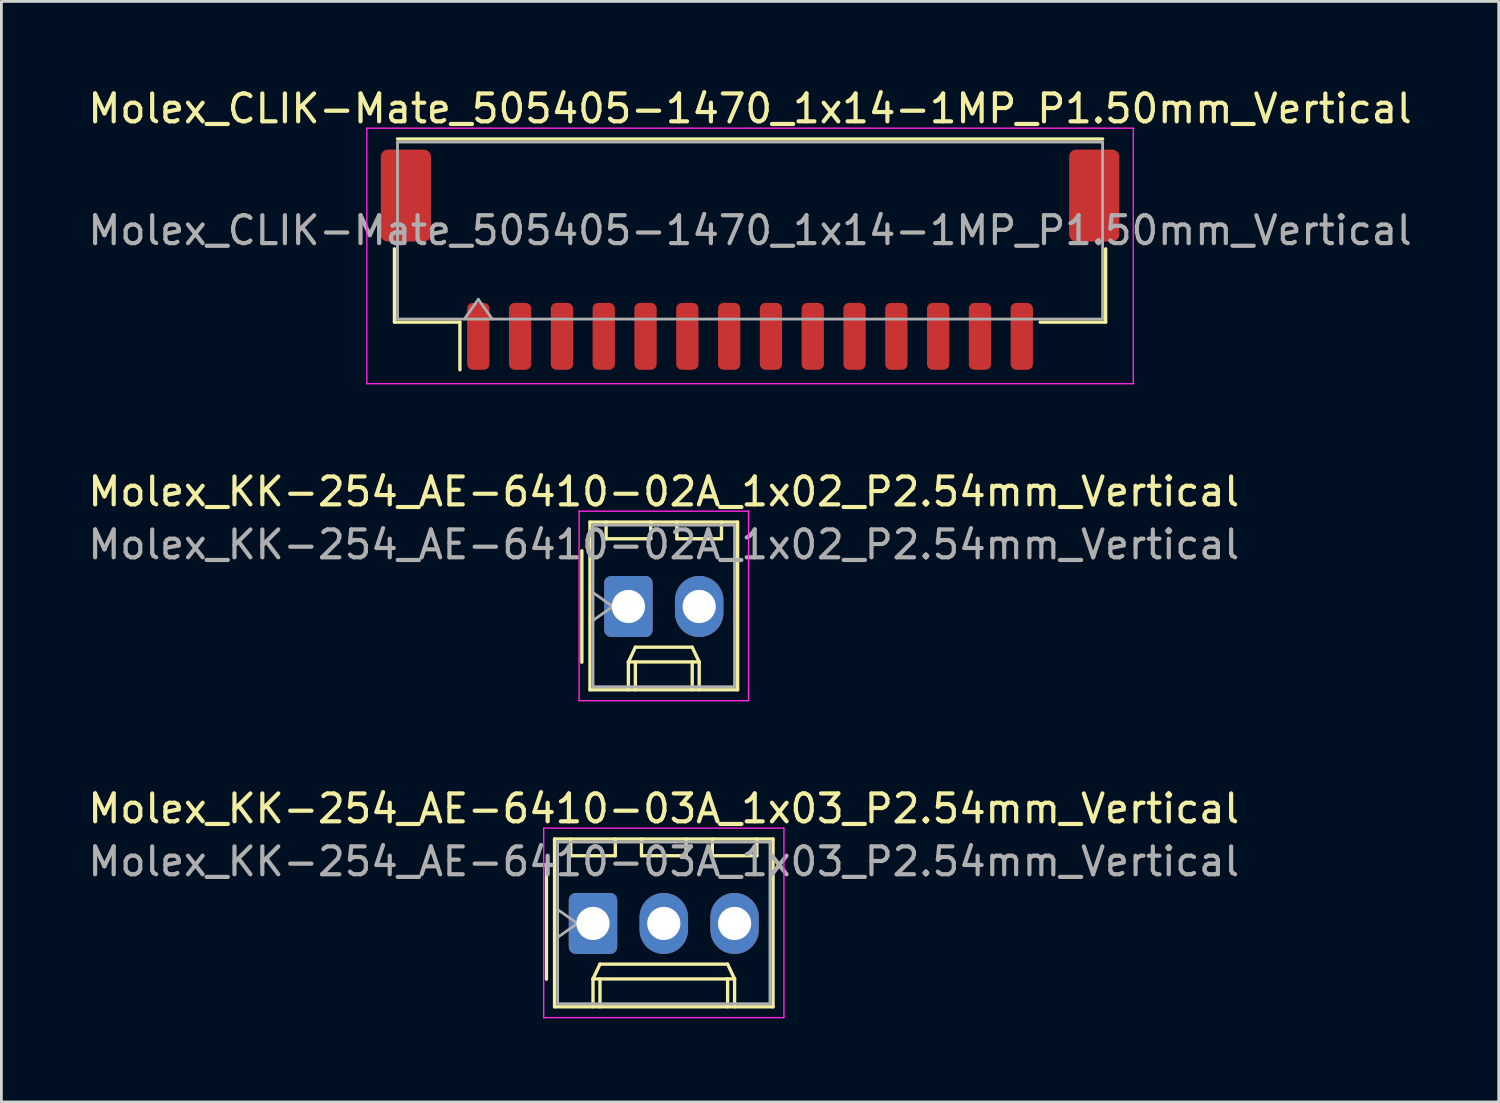
<source format=kicad_pcb>
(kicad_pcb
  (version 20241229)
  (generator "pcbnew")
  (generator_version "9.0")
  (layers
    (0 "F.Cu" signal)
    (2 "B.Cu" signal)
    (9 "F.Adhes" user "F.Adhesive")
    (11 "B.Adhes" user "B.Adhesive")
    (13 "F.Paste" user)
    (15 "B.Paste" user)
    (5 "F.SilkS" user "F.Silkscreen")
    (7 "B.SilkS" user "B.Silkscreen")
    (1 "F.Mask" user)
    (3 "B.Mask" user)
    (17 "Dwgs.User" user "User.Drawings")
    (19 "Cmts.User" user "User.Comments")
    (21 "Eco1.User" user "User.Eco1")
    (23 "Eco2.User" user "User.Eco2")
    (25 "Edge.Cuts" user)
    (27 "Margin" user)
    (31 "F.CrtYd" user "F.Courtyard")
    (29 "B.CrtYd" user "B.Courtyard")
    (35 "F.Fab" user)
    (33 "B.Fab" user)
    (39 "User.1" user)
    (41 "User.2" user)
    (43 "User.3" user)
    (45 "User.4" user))
  (footprint "Molex_KK-254_AE-6410-03A_1x03_P2.54mm_Vertical"
    (layer "F.Cu")
    (at 18.228 30.085)
    (property "Reference" "Molex_KK-254_AE-6410-03A_1x03_P2.54mm_Vertical" (at 2.54 -4.12 0) (layer "F.SilkS") (effects (font (size 1 1) (thickness 0.15))))
    (attr through_hole)
    (fp_line (start -1.67 -2) (end -1.67 2) (stroke (width 0.12) (type solid)) (layer "F.SilkS"))
    (fp_line (start -1.38 -3.03) (end -1.38 2.99) (stroke (width 0.12) (type solid)) (layer "F.SilkS"))
    (fp_line (start -1.38 2.99) (end 6.46 2.99) (stroke (width 0.12) (type solid)) (layer "F.SilkS"))
    (fp_line (start -0.8 -3.03) (end -0.8 -2.43) (stroke (width 0.12) (type solid)) (layer "F.SilkS"))
    (fp_line (start -0.8 -2.43) (end 0.8 -2.43) (stroke (width 0.12) (type solid)) (layer "F.SilkS"))
    (fp_line (start 0 1.99) (end 0.25 1.46) (stroke (width 0.12) (type solid)) (layer "F.SilkS"))
    (fp_line (start 0 1.99) (end 5.08 1.99) (stroke (width 0.12) (type solid)) (layer "F.SilkS"))
    (fp_line (start 0 2.99) (end 0 1.99) (stroke (width 0.12) (type solid)) (layer "F.SilkS"))
    (fp_line (start 0.25 1.46) (end 4.83 1.46) (stroke (width 0.12) (type solid)) (layer "F.SilkS"))
    (fp_line (start 0.25 2.99) (end 0.25 1.99) (stroke (width 0.12) (type solid)) (layer "F.SilkS"))
    (fp_line (start 0.8 -2.43) (end 0.8 -3.03) (stroke (width 0.12) (type solid)) (layer "F.SilkS"))
    (fp_line (start 1.74 -3.03) (end 1.74 -2.43) (stroke (width 0.12) (type solid)) (layer "F.SilkS"))
    (fp_line (start 1.74 -2.43) (end 3.34 -2.43) (stroke (width 0.12) (type solid)) (layer "F.SilkS"))
    (fp_line (start 3.34 -2.43) (end 3.34 -3.03) (stroke (width 0.12) (type solid)) (layer "F.SilkS"))
    (fp_line (start 4.28 -3.03) (end 4.28 -2.43) (stroke (width 0.12) (type solid)) (layer "F.SilkS"))
    (fp_line (start 4.28 -2.43) (end 5.88 -2.43) (stroke (width 0.12) (type solid)) (layer "F.SilkS"))
    (fp_line (start 4.83 1.46) (end 5.08 1.99) (stroke (width 0.12) (type solid)) (layer "F.SilkS"))
    (fp_line (start 4.83 2.99) (end 4.83 1.99) (stroke (width 0.12) (type solid)) (layer "F.SilkS"))
    (fp_line (start 5.08 1.99) (end 5.08 2.99) (stroke (width 0.12) (type solid)) (layer "F.SilkS"))
    (fp_line (start 5.88 -2.43) (end 5.88 -3.03) (stroke (width 0.12) (type solid)) (layer "F.SilkS"))
    (fp_line (start 6.46 -3.03) (end -1.38 -3.03) (stroke (width 0.12) (type solid)) (layer "F.SilkS"))
    (fp_line (start 6.46 2.99) (end 6.46 -3.03) (stroke (width 0.12) (type solid)) (layer "F.SilkS"))
    (fp_line (start -1.77 -3.42) (end -1.77 3.38) (stroke (width 0.05) (type solid)) (layer "F.CrtYd"))
    (fp_line (start -1.77 3.38) (end 6.85 3.38) (stroke (width 0.05) (type solid)) (layer "F.CrtYd"))
    (fp_line (start 6.85 -3.42) (end -1.77 -3.42) (stroke (width 0.05) (type solid)) (layer "F.CrtYd"))
    (fp_line (start 6.85 3.38) (end 6.85 -3.42) (stroke (width 0.05) (type solid)) (layer "F.CrtYd"))
    (fp_line (start -1.27 -2.92) (end -1.27 2.88) (stroke (width 0.1) (type solid)) (layer "F.Fab"))
    (fp_line (start -1.27 -0.5) (end -0.563 0) (stroke (width 0.1) (type solid)) (layer "F.Fab"))
    (fp_line (start -1.27 2.88) (end 6.35 2.88) (stroke (width 0.1) (type solid)) (layer "F.Fab"))
    (fp_line (start -0.563 0) (end -1.27 0.5) (stroke (width 0.1) (type solid)) (layer "F.Fab"))
    (fp_line (start 6.35 -2.92) (end -1.27 -2.92) (stroke (width 0.1) (type solid)) (layer "F.Fab"))
    (fp_line (start 6.35 2.88) (end 6.35 -2.92) (stroke (width 0.1) (type solid)) (layer "F.Fab"))
    (fp_text user "${REFERENCE}" (at 2.54 -2.22 0) (layer "F.Fab") (effects (font (size 1 1) (thickness 0.15))))
    (pad "1" thru_hole roundrect (at 0 0) (size 1.74 2.19) (drill 1.19) (layers "*.Cu" "*.Mask") (roundrect_rratio 0.144))
    (pad "2" thru_hole oval (at 2.54 0) (size 1.74 2.19) (drill 1.19) (layers "*.Cu" "*.Mask"))
    (pad "3" thru_hole oval (at 5.08 0) (size 1.74 2.19) (drill 1.19) (layers "*.Cu" "*.Mask")))
  (footprint "Molex_KK-254_AE-6410-02A_1x02_P2.54mm_Vertical"
    (layer "F.Cu")
    (at 19.498 18.712)
    (property "Reference" "Molex_KK-254_AE-6410-02A_1x02_P2.54mm_Vertical" (at 1.27 -4.12 0) (layer "F.SilkS") (effects (font (size 1 1) (thickness 0.15))))
    (attr through_hole)
    (fp_line (start -1.67 -2) (end -1.67 2) (stroke (width 0.12) (type solid)) (layer "F.SilkS"))
    (fp_line (start -1.38 -3.03) (end -1.38 2.99) (stroke (width 0.12) (type solid)) (layer "F.SilkS"))
    (fp_line (start -1.38 2.99) (end 3.92 2.99) (stroke (width 0.12) (type solid)) (layer "F.SilkS"))
    (fp_line (start -0.8 -3.03) (end -0.8 -2.43) (stroke (width 0.12) (type solid)) (layer "F.SilkS"))
    (fp_line (start -0.8 -2.43) (end 0.8 -2.43) (stroke (width 0.12) (type solid)) (layer "F.SilkS"))
    (fp_line (start 0 1.99) (end 0.25 1.46) (stroke (width 0.12) (type solid)) (layer "F.SilkS"))
    (fp_line (start 0 1.99) (end 2.54 1.99) (stroke (width 0.12) (type solid)) (layer "F.SilkS"))
    (fp_line (start 0 2.99) (end 0 1.99) (stroke (width 0.12) (type solid)) (layer "F.SilkS"))
    (fp_line (start 0.25 1.46) (end 2.29 1.46) (stroke (width 0.12) (type solid)) (layer "F.SilkS"))
    (fp_line (start 0.25 2.99) (end 0.25 1.99) (stroke (width 0.12) (type solid)) (layer "F.SilkS"))
    (fp_line (start 0.8 -2.43) (end 0.8 -3.03) (stroke (width 0.12) (type solid)) (layer "F.SilkS"))
    (fp_line (start 1.74 -3.03) (end 1.74 -2.43) (stroke (width 0.12) (type solid)) (layer "F.SilkS"))
    (fp_line (start 1.74 -2.43) (end 3.34 -2.43) (stroke (width 0.12) (type solid)) (layer "F.SilkS"))
    (fp_line (start 2.29 1.46) (end 2.54 1.99) (stroke (width 0.12) (type solid)) (layer "F.SilkS"))
    (fp_line (start 2.29 2.99) (end 2.29 1.99) (stroke (width 0.12) (type solid)) (layer "F.SilkS"))
    (fp_line (start 2.54 1.99) (end 2.54 2.99) (stroke (width 0.12) (type solid)) (layer "F.SilkS"))
    (fp_line (start 3.34 -2.43) (end 3.34 -3.03) (stroke (width 0.12) (type solid)) (layer "F.SilkS"))
    (fp_line (start 3.92 -3.03) (end -1.38 -3.03) (stroke (width 0.12) (type solid)) (layer "F.SilkS"))
    (fp_line (start 3.92 2.99) (end 3.92 -3.03) (stroke (width 0.12) (type solid)) (layer "F.SilkS"))
    (fp_line (start -1.77 -3.42) (end -1.77 3.38) (stroke (width 0.05) (type solid)) (layer "F.CrtYd"))
    (fp_line (start -1.77 3.38) (end 4.31 3.38) (stroke (width 0.05) (type solid)) (layer "F.CrtYd"))
    (fp_line (start 4.31 -3.42) (end -1.77 -3.42) (stroke (width 0.05) (type solid)) (layer "F.CrtYd"))
    (fp_line (start 4.31 3.38) (end 4.31 -3.42) (stroke (width 0.05) (type solid)) (layer "F.CrtYd"))
    (fp_line (start -1.27 -2.92) (end -1.27 2.88) (stroke (width 0.1) (type solid)) (layer "F.Fab"))
    (fp_line (start -1.27 -0.5) (end -0.563 0) (stroke (width 0.1) (type solid)) (layer "F.Fab"))
    (fp_line (start -1.27 2.88) (end 3.81 2.88) (stroke (width 0.1) (type solid)) (layer "F.Fab"))
    (fp_line (start -0.563 0) (end -1.27 0.5) (stroke (width 0.1) (type solid)) (layer "F.Fab"))
    (fp_line (start 3.81 -2.92) (end -1.27 -2.92) (stroke (width 0.1) (type solid)) (layer "F.Fab"))
    (fp_line (start 3.81 2.88) (end 3.81 -2.92) (stroke (width 0.1) (type solid)) (layer "F.Fab"))
    (fp_text user "${REFERENCE}" (at 1.27 -2.22 0) (layer "F.Fab") (effects (font (size 1 1) (thickness 0.15))))
    (pad "1" thru_hole roundrect (at 0 0) (size 1.74 2.19) (drill 1.19) (layers "*.Cu" "*.Mask") (roundrect_rratio 0.144))
    (pad "2" thru_hole oval (at 2.54 0) (size 1.74 2.19) (drill 1.19) (layers "*.Cu" "*.Mask")))
  (footprint "Molex_CLIK-Mate_505405-1470_1x14-1MP_P1.50mm_Vertical"
    (layer "F.Cu")
    (at 23.863 6.268)
    (property "Reference" "Molex_CLIK-Mate_505405-1470_1x14-1MP_P1.50mm_Vertical" (at 0 -5.42 0) (layer "F.SilkS") (effects (font (size 1 1) (thickness 0.15))))
    (attr smd)
    (fp_line (start -12.76 -0.39) (end -12.76 2.24) (stroke (width 0.12) (type solid)) (layer "F.SilkS"))
    (fp_line (start -12.76 2.24) (end -10.41 2.24) (stroke (width 0.12) (type solid)) (layer "F.SilkS"))
    (fp_line (start -12.65 -4.33) (end 12.65 -4.33) (stroke (width 0.12) (type solid)) (layer "F.SilkS"))
    (fp_line (start -10.41 2.24) (end -10.41 3.95) (stroke (width 0.12) (type solid)) (layer "F.SilkS"))
    (fp_line (start 12.76 -0.39) (end 12.76 2.24) (stroke (width 0.12) (type solid)) (layer "F.SilkS"))
    (fp_line (start 12.76 2.24) (end 10.41 2.24) (stroke (width 0.12) (type solid)) (layer "F.SilkS"))
    (fp_line (start -13.75 -4.72) (end -13.75 4.45) (stroke (width 0.05) (type solid)) (layer "F.CrtYd"))
    (fp_line (start -13.75 4.45) (end 13.75 4.45) (stroke (width 0.05) (type solid)) (layer "F.CrtYd"))
    (fp_line (start 13.75 -4.72) (end -13.75 -4.72) (stroke (width 0.05) (type solid)) (layer "F.CrtYd"))
    (fp_line (start 13.75 4.45) (end 13.75 -4.72) (stroke (width 0.05) (type solid)) (layer "F.CrtYd"))
    (fp_line (start -12.65 -4.22) (end 12.65 -4.22) (stroke (width 0.1) (type solid)) (layer "F.Fab"))
    (fp_line (start -12.65 2.13) (end -12.65 -4.22) (stroke (width 0.1) (type solid)) (layer "F.Fab"))
    (fp_line (start -12.65 2.13) (end 12.65 2.13) (stroke (width 0.1) (type solid)) (layer "F.Fab"))
    (fp_line (start -10.25 2.13) (end -9.75 1.423) (stroke (width 0.1) (type solid)) (layer "F.Fab"))
    (fp_line (start -9.75 1.423) (end -9.25 2.13) (stroke (width 0.1) (type solid)) (layer "F.Fab"))
    (fp_line (start 12.65 2.13) (end 12.65 -4.22) (stroke (width 0.1) (type solid)) (layer "F.Fab"))
    (fp_text user "${REFERENCE}" (at 0 -1.05 0) (layer "F.Fab") (effects (font (size 1 1) (thickness 0.15))))
    (pad "1" smd roundrect (at -9.75 2.75) (size 0.8 2.4) (layers "F.Cu" "F.Mask" "F.Paste") (roundrect_rratio 0.25))
    (pad "2" smd roundrect (at -8.25 2.75) (size 0.8 2.4) (layers "F.Cu" "F.Mask" "F.Paste") (roundrect_rratio 0.25))
    (pad "3" smd roundrect (at -6.75 2.75) (size 0.8 2.4) (layers "F.Cu" "F.Mask" "F.Paste") (roundrect_rratio 0.25))
    (pad "4" smd roundrect (at -5.25 2.75) (size 0.8 2.4) (layers "F.Cu" "F.Mask" "F.Paste") (roundrect_rratio 0.25))
    (pad "5" smd roundrect (at -3.75 2.75) (size 0.8 2.4) (layers "F.Cu" "F.Mask" "F.Paste") (roundrect_rratio 0.25))
    (pad "6" smd roundrect (at -2.25 2.75) (size 0.8 2.4) (layers "F.Cu" "F.Mask" "F.Paste") (roundrect_rratio 0.25))
    (pad "7" smd roundrect (at -0.75 2.75) (size 0.8 2.4) (layers "F.Cu" "F.Mask" "F.Paste") (roundrect_rratio 0.25))
    (pad "8" smd roundrect (at 0.75 2.75) (size 0.8 2.4) (layers "F.Cu" "F.Mask" "F.Paste") (roundrect_rratio 0.25))
    (pad "9" smd roundrect (at 2.25 2.75) (size 0.8 2.4) (layers "F.Cu" "F.Mask" "F.Paste") (roundrect_rratio 0.25))
    (pad "10" smd roundrect (at 3.75 2.75) (size 0.8 2.4) (layers "F.Cu" "F.Mask" "F.Paste") (roundrect_rratio 0.25))
    (pad "11" smd roundrect (at 5.25 2.75) (size 0.8 2.4) (layers "F.Cu" "F.Mask" "F.Paste") (roundrect_rratio 0.25))
    (pad "12" smd roundrect (at 6.75 2.75) (size 0.8 2.4) (layers "F.Cu" "F.Mask" "F.Paste") (roundrect_rratio 0.25))
    (pad "13" smd roundrect (at 8.25 2.75) (size 0.8 2.4) (layers "F.Cu" "F.Mask" "F.Paste") (roundrect_rratio 0.25))
    (pad "14" smd roundrect (at 9.75 2.75) (size 0.8 2.4) (layers "F.Cu" "F.Mask" "F.Paste") (roundrect_rratio 0.25))
    (pad "MP" smd roundrect (at -12.35 -2.3) (size 1.8 3.3) (layers "F.Cu" "F.Mask" "F.Paste") (roundrect_rratio 0.139))
    (pad "MP" smd roundrect (at 12.35 -2.3) (size 1.8 3.3) (layers "F.Cu" "F.Mask" "F.Paste") (roundrect_rratio 0.139)))
  (gr_rect
    (start -3 -3)
    (end 50.726 36.49)
    (stroke (width 0.1) (type default))
    (fill no)
    (layer "Edge.Cuts")))
</source>
